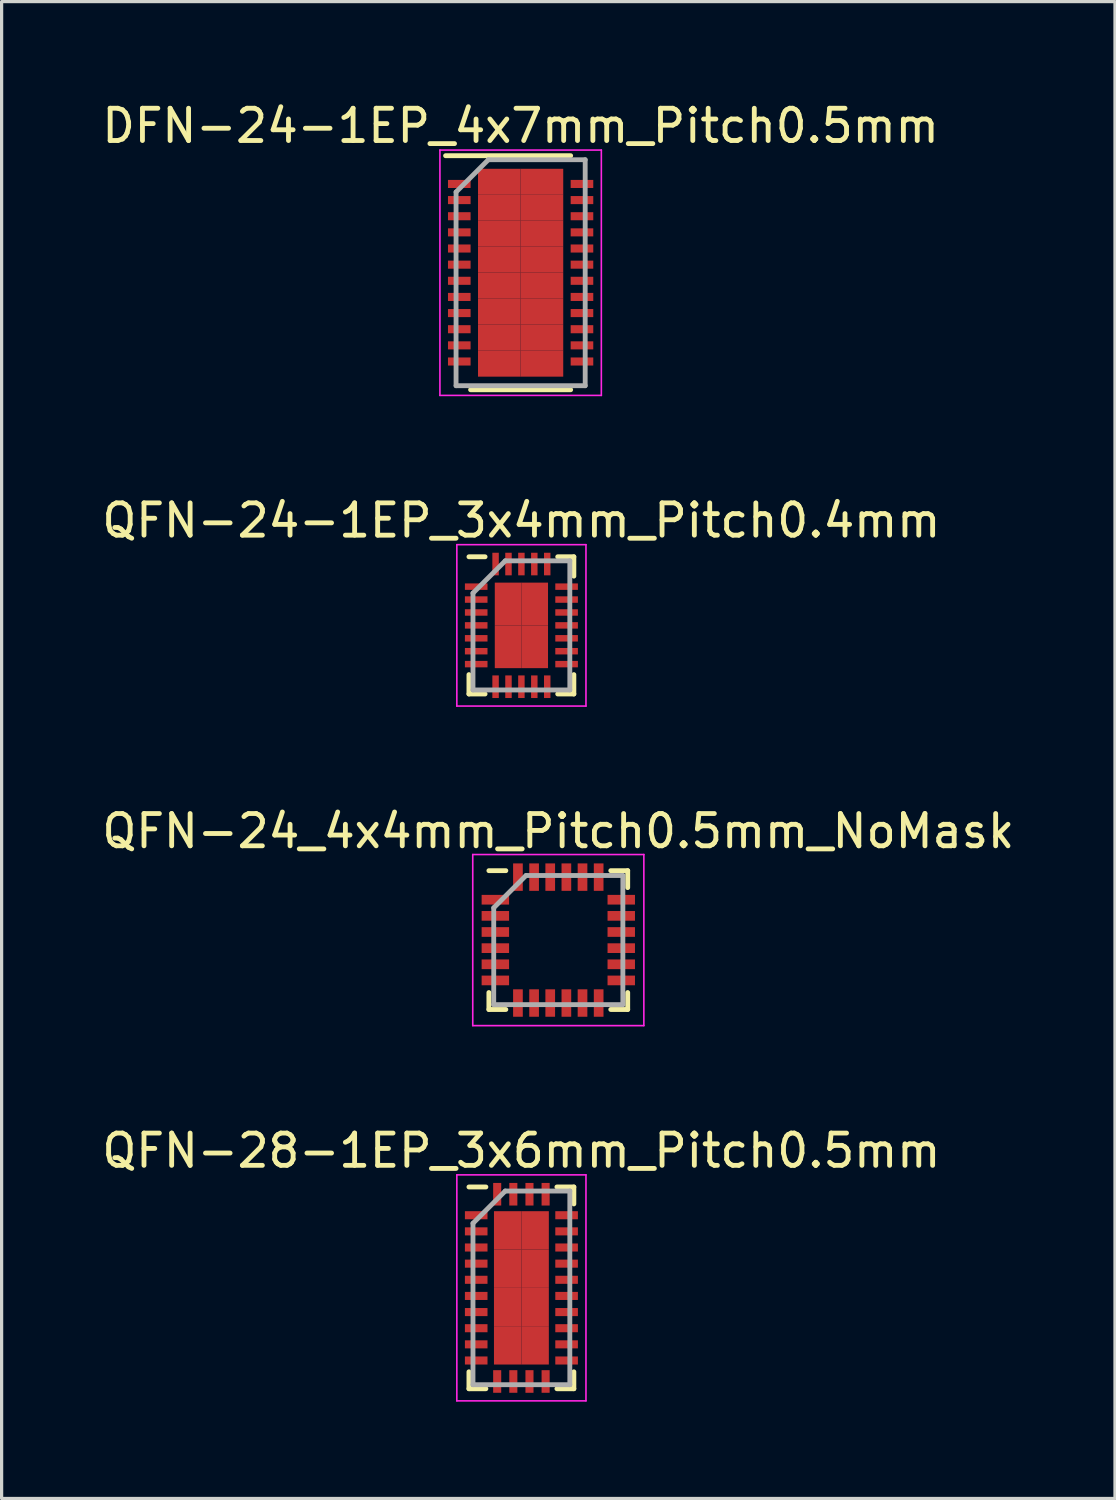
<source format=kicad_pcb>
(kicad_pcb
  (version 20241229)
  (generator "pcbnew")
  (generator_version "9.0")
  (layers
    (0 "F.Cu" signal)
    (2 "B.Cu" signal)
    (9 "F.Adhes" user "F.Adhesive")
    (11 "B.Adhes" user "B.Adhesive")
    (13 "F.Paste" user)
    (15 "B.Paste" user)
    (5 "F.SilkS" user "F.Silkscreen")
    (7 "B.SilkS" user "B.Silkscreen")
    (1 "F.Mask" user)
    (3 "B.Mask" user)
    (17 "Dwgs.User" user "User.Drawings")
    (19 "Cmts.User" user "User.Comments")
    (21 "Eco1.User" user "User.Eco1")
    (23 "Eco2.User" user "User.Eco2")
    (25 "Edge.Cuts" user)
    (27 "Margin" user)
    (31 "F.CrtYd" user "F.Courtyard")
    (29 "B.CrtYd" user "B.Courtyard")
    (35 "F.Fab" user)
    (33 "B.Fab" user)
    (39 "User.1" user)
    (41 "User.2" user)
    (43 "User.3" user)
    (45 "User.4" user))
  (footprint "QFN-24_4x4mm_Pitch0.5mm_NoMask"
    (layer "F.Cu")
    (at 14.244 26.07)
    (property "Reference" "QFN-24_4x4mm_Pitch0.5mm_NoMask" (at 0 -3.375 0) (layer "F.SilkS") (effects (font (size 1 1) (thickness 0.15))))
    (attr smd)
    (fp_line (start -2.15 -2.15) (end -1.625 -2.15) (stroke (width 0.15) (type solid)) (layer "F.SilkS"))
    (fp_line (start -2.15 2.15) (end -2.15 1.625) (stroke (width 0.15) (type solid)) (layer "F.SilkS"))
    (fp_line (start -2.15 2.15) (end -1.625 2.15) (stroke (width 0.15) (type solid)) (layer "F.SilkS"))
    (fp_line (start 2.15 -2.15) (end 1.625 -2.15) (stroke (width 0.15) (type solid)) (layer "F.SilkS"))
    (fp_line (start 2.15 -2.15) (end 2.15 -1.625) (stroke (width 0.15) (type solid)) (layer "F.SilkS"))
    (fp_line (start 2.15 2.15) (end 1.625 2.15) (stroke (width 0.15) (type solid)) (layer "F.SilkS"))
    (fp_line (start 2.15 2.15) (end 2.15 1.625) (stroke (width 0.15) (type solid)) (layer "F.SilkS"))
    (fp_line (start -2.65 -2.65) (end -2.65 2.65) (stroke (width 0.05) (type solid)) (layer "F.CrtYd"))
    (fp_line (start -2.65 -2.65) (end 2.65 -2.65) (stroke (width 0.05) (type solid)) (layer "F.CrtYd"))
    (fp_line (start -2.65 2.65) (end 2.65 2.65) (stroke (width 0.05) (type solid)) (layer "F.CrtYd"))
    (fp_line (start 2.65 -2.65) (end 2.65 2.65) (stroke (width 0.05) (type solid)) (layer "F.CrtYd"))
    (fp_line (start -2 -1) (end -1 -2) (stroke (width 0.15) (type solid)) (layer "F.Fab"))
    (fp_line (start -2 2) (end -2 -1) (stroke (width 0.15) (type solid)) (layer "F.Fab"))
    (fp_line (start -1 -2) (end 2 -2) (stroke (width 0.15) (type solid)) (layer "F.Fab"))
    (fp_line (start 2 -2) (end 2 2) (stroke (width 0.15) (type solid)) (layer "F.Fab"))
    (fp_line (start 2 2) (end -2 2) (stroke (width 0.15) (type solid)) (layer "F.Fab"))
    (pad "" smd rect (at 0 0) (size 2.6 2.6) (layers "F.Mask"))
    (pad "1" smd rect (at -1.95 -1.25) (size 0.85 0.3) (layers "F.Cu" "F.Mask" "F.Paste"))
    (pad "2" smd rect (at -1.95 -0.75) (size 0.85 0.3) (layers "F.Cu" "F.Mask" "F.Paste"))
    (pad "3" smd rect (at -1.95 -0.25) (size 0.85 0.3) (layers "F.Cu" "F.Mask" "F.Paste"))
    (pad "4" smd rect (at -1.95 0.25) (size 0.85 0.3) (layers "F.Cu" "F.Mask" "F.Paste"))
    (pad "5" smd rect (at -1.95 0.75) (size 0.85 0.3) (layers "F.Cu" "F.Mask" "F.Paste"))
    (pad "6" smd rect (at -1.95 1.25) (size 0.85 0.3) (layers "F.Cu" "F.Mask" "F.Paste"))
    (pad "7" smd rect (at -1.25 1.95 90) (size 0.85 0.3) (layers "F.Cu" "F.Mask" "F.Paste"))
    (pad "8" smd rect (at -0.75 1.95 90) (size 0.85 0.3) (layers "F.Cu" "F.Mask" "F.Paste"))
    (pad "9" smd rect (at -0.25 1.95 90) (size 0.85 0.3) (layers "F.Cu" "F.Mask" "F.Paste"))
    (pad "10" smd rect (at 0.25 1.95 90) (size 0.85 0.3) (layers "F.Cu" "F.Mask" "F.Paste"))
    (pad "11" smd rect (at 0.75 1.95 90) (size 0.85 0.3) (layers "F.Cu" "F.Mask" "F.Paste"))
    (pad "12" smd rect (at 1.25 1.95 90) (size 0.85 0.3) (layers "F.Cu" "F.Mask" "F.Paste"))
    (pad "13" smd rect (at 1.95 1.25) (size 0.85 0.3) (layers "F.Cu" "F.Mask" "F.Paste"))
    (pad "14" smd rect (at 1.95 0.75) (size 0.85 0.3) (layers "F.Cu" "F.Mask" "F.Paste"))
    (pad "15" smd rect (at 1.95 0.25) (size 0.85 0.3) (layers "F.Cu" "F.Mask" "F.Paste"))
    (pad "16" smd rect (at 1.95 -0.25) (size 0.85 0.3) (layers "F.Cu" "F.Mask" "F.Paste"))
    (pad "17" smd rect (at 1.95 -0.75) (size 0.85 0.3) (layers "F.Cu" "F.Mask" "F.Paste"))
    (pad "18" smd rect (at 1.95 -1.25) (size 0.85 0.3) (layers "F.Cu" "F.Mask" "F.Paste"))
    (pad "19" smd rect (at 1.25 -1.95 90) (size 0.85 0.3) (layers "F.Cu" "F.Mask" "F.Paste"))
    (pad "20" smd rect (at 0.75 -1.95 90) (size 0.85 0.3) (layers "F.Cu" "F.Mask" "F.Paste"))
    (pad "21" smd rect (at 0.25 -1.95 90) (size 0.85 0.3) (layers "F.Cu" "F.Mask" "F.Paste"))
    (pad "22" smd rect (at -0.25 -1.95 90) (size 0.85 0.3) (layers "F.Cu" "F.Mask" "F.Paste"))
    (pad "23" smd rect (at -0.75 -1.95 90) (size 0.85 0.3) (layers "F.Cu" "F.Mask" "F.Paste"))
    (pad "24" smd rect (at -1.25 -1.95 90) (size 0.85 0.3) (layers "F.Cu" "F.Mask" "F.Paste")))
  (footprint "QFN-24-1EP_3x4mm_Pitch0.4mm"
    (layer "F.Cu")
    (at 13.101 16.322)
    (property "Reference" "QFN-24-1EP_3x4mm_Pitch0.4mm" (at 0 -3.25 0) (layer "F.SilkS") (effects (font (size 1 1) (thickness 0.15))))
    (attr smd)
    (fp_line (start -1.625 -2.125) (end -1.125 -2.125) (stroke (width 0.15) (type solid)) (layer "F.SilkS"))
    (fp_line (start -1.625 2.125) (end -1.625 1.525) (stroke (width 0.15) (type solid)) (layer "F.SilkS"))
    (fp_line (start -1.625 2.125) (end -1.125 2.125) (stroke (width 0.15) (type solid)) (layer "F.SilkS"))
    (fp_line (start 1.625 -2.125) (end 1.125 -2.125) (stroke (width 0.15) (type solid)) (layer "F.SilkS"))
    (fp_line (start 1.625 -2.125) (end 1.625 -1.525) (stroke (width 0.15) (type solid)) (layer "F.SilkS"))
    (fp_line (start 1.625 2.125) (end 1.125 2.125) (stroke (width 0.15) (type solid)) (layer "F.SilkS"))
    (fp_line (start 1.625 2.125) (end 1.625 1.525) (stroke (width 0.15) (type solid)) (layer "F.SilkS"))
    (fp_line (start -2 -2.5) (end -2 2.5) (stroke (width 0.05) (type solid)) (layer "F.CrtYd"))
    (fp_line (start -2 -2.5) (end 2 -2.5) (stroke (width 0.05) (type solid)) (layer "F.CrtYd"))
    (fp_line (start -2 2.5) (end 2 2.5) (stroke (width 0.05) (type solid)) (layer "F.CrtYd"))
    (fp_line (start 2 -2.5) (end 2 2.5) (stroke (width 0.05) (type solid)) (layer "F.CrtYd"))
    (fp_line (start -1.5 -1) (end -0.5 -2) (stroke (width 0.15) (type solid)) (layer "F.Fab"))
    (fp_line (start -1.5 2) (end -1.5 -1) (stroke (width 0.15) (type solid)) (layer "F.Fab"))
    (fp_line (start -0.5 -2) (end 1.5 -2) (stroke (width 0.15) (type solid)) (layer "F.Fab"))
    (fp_line (start 1.5 -2) (end 1.5 2) (stroke (width 0.15) (type solid)) (layer "F.Fab"))
    (fp_line (start 1.5 2) (end -1.5 2) (stroke (width 0.15) (type solid)) (layer "F.Fab"))
    (pad "1" smd rect (at -1.4 -1.2) (size 0.7 0.2) (layers "F.Cu" "F.Mask" "F.Paste"))
    (pad "2" smd rect (at -1.4 -0.8) (size 0.7 0.2) (layers "F.Cu" "F.Mask" "F.Paste"))
    (pad "3" smd rect (at -1.4 -0.4) (size 0.7 0.2) (layers "F.Cu" "F.Mask" "F.Paste"))
    (pad "4" smd rect (at -1.4 0) (size 0.7 0.2) (layers "F.Cu" "F.Mask" "F.Paste"))
    (pad "5" smd rect (at -1.4 0.4) (size 0.7 0.2) (layers "F.Cu" "F.Mask" "F.Paste"))
    (pad "6" smd rect (at -1.4 0.8) (size 0.7 0.2) (layers "F.Cu" "F.Mask" "F.Paste"))
    (pad "7" smd rect (at -1.4 1.2) (size 0.7 0.2) (layers "F.Cu" "F.Mask" "F.Paste"))
    (pad "8" smd rect (at -0.8 1.9 90) (size 0.7 0.2) (layers "F.Cu" "F.Mask" "F.Paste"))
    (pad "9" smd rect (at -0.4 1.9 90) (size 0.7 0.2) (layers "F.Cu" "F.Mask" "F.Paste"))
    (pad "10" smd rect (at 0 1.9 90) (size 0.7 0.2) (layers "F.Cu" "F.Mask" "F.Paste"))
    (pad "11" smd rect (at 0.4 1.9 90) (size 0.7 0.2) (layers "F.Cu" "F.Mask" "F.Paste"))
    (pad "12" smd rect (at 0.8 1.9 90) (size 0.7 0.2) (layers "F.Cu" "F.Mask" "F.Paste"))
    (pad "13" smd rect (at 1.4 1.2) (size 0.7 0.2) (layers "F.Cu" "F.Mask" "F.Paste"))
    (pad "14" smd rect (at 1.4 0.8) (size 0.7 0.2) (layers "F.Cu" "F.Mask" "F.Paste"))
    (pad "15" smd rect (at 1.4 0.4) (size 0.7 0.2) (layers "F.Cu" "F.Mask" "F.Paste"))
    (pad "16" smd rect (at 1.4 0) (size 0.7 0.2) (layers "F.Cu" "F.Mask" "F.Paste"))
    (pad "17" smd rect (at 1.4 -0.4) (size 0.7 0.2) (layers "F.Cu" "F.Mask" "F.Paste"))
    (pad "18" smd rect (at 1.4 -0.8) (size 0.7 0.2) (layers "F.Cu" "F.Mask" "F.Paste"))
    (pad "19" smd rect (at 1.4 -1.2) (size 0.7 0.2) (layers "F.Cu" "F.Mask" "F.Paste"))
    (pad "20" smd rect (at 0.8 -1.9 90) (size 0.7 0.2) (layers "F.Cu" "F.Mask" "F.Paste"))
    (pad "21" smd rect (at 0.4 -1.9 90) (size 0.7 0.2) (layers "F.Cu" "F.Mask" "F.Paste"))
    (pad "22" smd rect (at 0 -1.9 90) (size 0.7 0.2) (layers "F.Cu" "F.Mask" "F.Paste"))
    (pad "23" smd rect (at -0.4 -1.9 90) (size 0.7 0.2) (layers "F.Cu" "F.Mask" "F.Paste"))
    (pad "24" smd rect (at -0.8 -1.9 90) (size 0.7 0.2) (layers "F.Cu" "F.Mask" "F.Paste"))
    (pad "25" smd rect (at -0.412 -0.662) (size 0.825 1.325) (layers "F.Cu" "F.Mask" "F.Paste"))
    (pad "25" smd rect (at -0.412 0.662) (size 0.825 1.325) (layers "F.Cu" "F.Mask" "F.Paste"))
    (pad "25" smd rect (at 0.412 -0.662) (size 0.825 1.325) (layers "F.Cu" "F.Mask" "F.Paste"))
    (pad "25" smd rect (at 0.412 0.662) (size 0.825 1.325) (layers "F.Cu" "F.Mask" "F.Paste")))
  (footprint "QFN-28-1EP_3x6mm_Pitch0.5mm"
    (layer "F.Cu")
    (at 13.101 36.843)
    (property "Reference" "QFN-28-1EP_3x6mm_Pitch0.5mm" (at 0 -4.25 0) (layer "F.SilkS") (effects (font (size 1 1) (thickness 0.15))))
    (attr smd)
    (fp_line (start -1.625 -3.125) (end -1.1 -3.125) (stroke (width 0.15) (type solid)) (layer "F.SilkS"))
    (fp_line (start -1.625 3.125) (end -1.625 2.6) (stroke (width 0.15) (type solid)) (layer "F.SilkS"))
    (fp_line (start -1.625 3.125) (end -1.1 3.125) (stroke (width 0.15) (type solid)) (layer "F.SilkS"))
    (fp_line (start 1.625 -3.125) (end 1.1 -3.125) (stroke (width 0.15) (type solid)) (layer "F.SilkS"))
    (fp_line (start 1.625 -3.125) (end 1.625 -2.6) (stroke (width 0.15) (type solid)) (layer "F.SilkS"))
    (fp_line (start 1.625 3.125) (end 1.1 3.125) (stroke (width 0.15) (type solid)) (layer "F.SilkS"))
    (fp_line (start 1.625 3.125) (end 1.625 2.6) (stroke (width 0.15) (type solid)) (layer "F.SilkS"))
    (fp_line (start -2 -3.5) (end -2 3.5) (stroke (width 0.05) (type solid)) (layer "F.CrtYd"))
    (fp_line (start -2 -3.5) (end 2 -3.5) (stroke (width 0.05) (type solid)) (layer "F.CrtYd"))
    (fp_line (start -2 3.5) (end 2 3.5) (stroke (width 0.05) (type solid)) (layer "F.CrtYd"))
    (fp_line (start 2 -3.5) (end 2 3.5) (stroke (width 0.05) (type solid)) (layer "F.CrtYd"))
    (fp_line (start -1.5 -2) (end -0.5 -3) (stroke (width 0.15) (type solid)) (layer "F.Fab"))
    (fp_line (start -1.5 3) (end -1.5 -2) (stroke (width 0.15) (type solid)) (layer "F.Fab"))
    (fp_line (start -0.5 -3) (end 1.5 -3) (stroke (width 0.15) (type solid)) (layer "F.Fab"))
    (fp_line (start 1.5 -3) (end 1.5 3) (stroke (width 0.15) (type solid)) (layer "F.Fab"))
    (fp_line (start 1.5 3) (end -1.5 3) (stroke (width 0.15) (type solid)) (layer "F.Fab"))
    (pad "1" smd rect (at -1.4 -2.25) (size 0.7 0.25) (layers "F.Cu" "F.Mask" "F.Paste"))
    (pad "2" smd rect (at -1.4 -1.75) (size 0.7 0.25) (layers "F.Cu" "F.Mask" "F.Paste"))
    (pad "3" smd rect (at -1.4 -1.25) (size 0.7 0.25) (layers "F.Cu" "F.Mask" "F.Paste"))
    (pad "4" smd rect (at -1.4 -0.75) (size 0.7 0.25) (layers "F.Cu" "F.Mask" "F.Paste"))
    (pad "5" smd rect (at -1.4 -0.25) (size 0.7 0.25) (layers "F.Cu" "F.Mask" "F.Paste"))
    (pad "6" smd rect (at -1.4 0.25) (size 0.7 0.25) (layers "F.Cu" "F.Mask" "F.Paste"))
    (pad "7" smd rect (at -1.4 0.75) (size 0.7 0.25) (layers "F.Cu" "F.Mask" "F.Paste"))
    (pad "8" smd rect (at -1.4 1.25) (size 0.7 0.25) (layers "F.Cu" "F.Mask" "F.Paste"))
    (pad "9" smd rect (at -1.4 1.75) (size 0.7 0.25) (layers "F.Cu" "F.Mask" "F.Paste"))
    (pad "10" smd rect (at -1.4 2.25) (size 0.7 0.25) (layers "F.Cu" "F.Mask" "F.Paste"))
    (pad "11" smd rect (at -0.75 2.9 90) (size 0.7 0.25) (layers "F.Cu" "F.Mask" "F.Paste"))
    (pad "12" smd rect (at -0.25 2.9 90) (size 0.7 0.25) (layers "F.Cu" "F.Mask" "F.Paste"))
    (pad "13" smd rect (at 0.25 2.9 90) (size 0.7 0.25) (layers "F.Cu" "F.Mask" "F.Paste"))
    (pad "14" smd rect (at 0.75 2.9 90) (size 0.7 0.25) (layers "F.Cu" "F.Mask" "F.Paste"))
    (pad "15" smd rect (at 1.4 2.25) (size 0.7 0.25) (layers "F.Cu" "F.Mask" "F.Paste"))
    (pad "16" smd rect (at 1.4 1.75) (size 0.7 0.25) (layers "F.Cu" "F.Mask" "F.Paste"))
    (pad "17" smd rect (at 1.4 1.25) (size 0.7 0.25) (layers "F.Cu" "F.Mask" "F.Paste"))
    (pad "18" smd rect (at 1.4 0.75) (size 0.7 0.25) (layers "F.Cu" "F.Mask" "F.Paste"))
    (pad "19" smd rect (at 1.4 0.25) (size 0.7 0.25) (layers "F.Cu" "F.Mask" "F.Paste"))
    (pad "20" smd rect (at 1.4 -0.25) (size 0.7 0.25) (layers "F.Cu" "F.Mask" "F.Paste"))
    (pad "21" smd rect (at 1.4 -0.75) (size 0.7 0.25) (layers "F.Cu" "F.Mask" "F.Paste"))
    (pad "22" smd rect (at 1.4 -1.25) (size 0.7 0.25) (layers "F.Cu" "F.Mask" "F.Paste"))
    (pad "23" smd rect (at 1.4 -1.75) (size 0.7 0.25) (layers "F.Cu" "F.Mask" "F.Paste"))
    (pad "24" smd rect (at 1.4 -2.25) (size 0.7 0.25) (layers "F.Cu" "F.Mask" "F.Paste"))
    (pad "25" smd rect (at 0.75 -2.9 90) (size 0.7 0.25) (layers "F.Cu" "F.Mask" "F.Paste"))
    (pad "26" smd rect (at 0.25 -2.9 90) (size 0.7 0.25) (layers "F.Cu" "F.Mask" "F.Paste"))
    (pad "27" smd rect (at -0.25 -2.9 90) (size 0.7 0.25) (layers "F.Cu" "F.Mask" "F.Paste"))
    (pad "28" smd rect (at -0.75 -2.9 90) (size 0.7 0.25) (layers "F.Cu" "F.Mask" "F.Paste"))
    (pad "29" smd rect (at -0.425 -1.781) (size 0.85 1.188) (layers "F.Cu" "F.Mask" "F.Paste"))
    (pad "29" smd rect (at -0.425 -0.594) (size 0.85 1.188) (layers "F.Cu" "F.Mask" "F.Paste"))
    (pad "29" smd rect (at -0.425 0.594) (size 0.85 1.188) (layers "F.Cu" "F.Mask" "F.Paste"))
    (pad "29" smd rect (at -0.425 1.781) (size 0.85 1.188) (layers "F.Cu" "F.Mask" "F.Paste"))
    (pad "29" smd rect (at 0.425 -1.781) (size 0.85 1.188) (layers "F.Cu" "F.Mask" "F.Paste"))
    (pad "29" smd rect (at 0.425 -0.594) (size 0.85 1.188) (layers "F.Cu" "F.Mask" "F.Paste"))
    (pad "29" smd rect (at 0.425 0.594) (size 0.85 1.188) (layers "F.Cu" "F.Mask" "F.Paste"))
    (pad "29" smd rect (at 0.425 1.781) (size 0.85 1.188) (layers "F.Cu" "F.Mask" "F.Paste")))
  (footprint "DFN-24-1EP_4x7mm_Pitch0.5mm"
    (layer "F.Cu")
    (at 13.077 5.398)
    (property "Reference" "DFN-24-1EP_4x7mm_Pitch0.5mm" (at 0 -4.55 0) (layer "F.SilkS") (effects (font (size 1 1) (thickness 0.15))))
    (attr smd)
    (fp_line (start -2.325 -3.625) (end 1.55 -3.625) (stroke (width 0.15) (type solid)) (layer "F.SilkS"))
    (fp_line (start -1.55 3.625) (end 1.55 3.625) (stroke (width 0.15) (type solid)) (layer "F.SilkS"))
    (fp_line (start -2.5 -3.8) (end -2.5 3.8) (stroke (width 0.05) (type solid)) (layer "F.CrtYd"))
    (fp_line (start -2.5 -3.8) (end 2.5 -3.8) (stroke (width 0.05) (type solid)) (layer "F.CrtYd"))
    (fp_line (start -2.5 3.8) (end 2.5 3.8) (stroke (width 0.05) (type solid)) (layer "F.CrtYd"))
    (fp_line (start 2.5 -3.8) (end 2.5 3.8) (stroke (width 0.05) (type solid)) (layer "F.CrtYd"))
    (fp_line (start -2 -2.5) (end -1 -3.5) (stroke (width 0.15) (type solid)) (layer "F.Fab"))
    (fp_line (start -2 3.5) (end -2 -2.5) (stroke (width 0.15) (type solid)) (layer "F.Fab"))
    (fp_line (start -1 -3.5) (end 2 -3.5) (stroke (width 0.15) (type solid)) (layer "F.Fab"))
    (fp_line (start 2 -3.5) (end 2 3.5) (stroke (width 0.15) (type solid)) (layer "F.Fab"))
    (fp_line (start 2 3.5) (end -2 3.5) (stroke (width 0.15) (type solid)) (layer "F.Fab"))
    (pad "1" smd rect (at -1.9 -2.75) (size 0.7 0.25) (layers "F.Cu" "F.Mask" "F.Paste"))
    (pad "2" smd rect (at -1.9 -2.25) (size 0.7 0.25) (layers "F.Cu" "F.Mask" "F.Paste"))
    (pad "3" smd rect (at -1.9 -1.75) (size 0.7 0.25) (layers "F.Cu" "F.Mask" "F.Paste"))
    (pad "4" smd rect (at -1.9 -1.25) (size 0.7 0.25) (layers "F.Cu" "F.Mask" "F.Paste"))
    (pad "5" smd rect (at -1.9 -0.75) (size 0.7 0.25) (layers "F.Cu" "F.Mask" "F.Paste"))
    (pad "6" smd rect (at -1.9 -0.25) (size 0.7 0.25) (layers "F.Cu" "F.Mask" "F.Paste"))
    (pad "7" smd rect (at -1.9 0.25) (size 0.7 0.25) (layers "F.Cu" "F.Mask" "F.Paste"))
    (pad "8" smd rect (at -1.9 0.75) (size 0.7 0.25) (layers "F.Cu" "F.Mask" "F.Paste"))
    (pad "9" smd rect (at -1.9 1.25) (size 0.7 0.25) (layers "F.Cu" "F.Mask" "F.Paste"))
    (pad "10" smd rect (at -1.9 1.75) (size 0.7 0.25) (layers "F.Cu" "F.Mask" "F.Paste"))
    (pad "11" smd rect (at -1.9 2.25) (size 0.7 0.25) (layers "F.Cu" "F.Mask" "F.Paste"))
    (pad "12" smd rect (at -1.9 2.75) (size 0.7 0.25) (layers "F.Cu" "F.Mask" "F.Paste"))
    (pad "13" smd rect (at 1.9 2.75) (size 0.7 0.25) (layers "F.Cu" "F.Mask" "F.Paste"))
    (pad "14" smd rect (at 1.9 2.25) (size 0.7 0.25) (layers "F.Cu" "F.Mask" "F.Paste"))
    (pad "15" smd rect (at 1.9 1.75) (size 0.7 0.25) (layers "F.Cu" "F.Mask" "F.Paste"))
    (pad "16" smd rect (at 1.9 1.25) (size 0.7 0.25) (layers "F.Cu" "F.Mask" "F.Paste"))
    (pad "17" smd rect (at 1.9 0.75) (size 0.7 0.25) (layers "F.Cu" "F.Mask" "F.Paste"))
    (pad "18" smd rect (at 1.9 0.25) (size 0.7 0.25) (layers "F.Cu" "F.Mask" "F.Paste"))
    (pad "19" smd rect (at 1.9 -0.25) (size 0.7 0.25) (layers "F.Cu" "F.Mask" "F.Paste"))
    (pad "20" smd rect (at 1.9 -0.75) (size 0.7 0.25) (layers "F.Cu" "F.Mask" "F.Paste"))
    (pad "21" smd rect (at 1.9 -1.25) (size 0.7 0.25) (layers "F.Cu" "F.Mask" "F.Paste"))
    (pad "22" smd rect (at 1.9 -1.75) (size 0.7 0.25) (layers "F.Cu" "F.Mask" "F.Paste"))
    (pad "23" smd rect (at 1.9 -2.25) (size 0.7 0.25) (layers "F.Cu" "F.Mask" "F.Paste"))
    (pad "24" smd rect (at 1.9 -2.75) (size 0.7 0.25) (layers "F.Cu" "F.Mask" "F.Paste"))
    (pad "25" smd rect (at -0.66 -2.817) (size 1.32 0.805) (layers "F.Cu" "F.Mask" "F.Paste"))
    (pad "25" smd rect (at -0.66 -2.013) (size 1.32 0.805) (layers "F.Cu" "F.Mask" "F.Paste"))
    (pad "25" smd rect (at -0.66 -1.208) (size 1.32 0.805) (layers "F.Cu" "F.Mask" "F.Paste"))
    (pad "25" smd rect (at -0.66 -0.403) (size 1.32 0.805) (layers "F.Cu" "F.Mask" "F.Paste"))
    (pad "25" smd rect (at -0.66 0.403) (size 1.32 0.805) (layers "F.Cu" "F.Mask" "F.Paste"))
    (pad "25" smd rect (at -0.66 1.208) (size 1.32 0.805) (layers "F.Cu" "F.Mask" "F.Paste"))
    (pad "25" smd rect (at -0.66 2.013) (size 1.32 0.805) (layers "F.Cu" "F.Mask" "F.Paste"))
    (pad "25" smd rect (at -0.66 2.817) (size 1.32 0.805) (layers "F.Cu" "F.Mask" "F.Paste"))
    (pad "25" smd rect (at 0.66 -2.817) (size 1.32 0.805) (layers "F.Cu" "F.Mask" "F.Paste"))
    (pad "25" smd rect (at 0.66 -2.013) (size 1.32 0.805) (layers "F.Cu" "F.Mask" "F.Paste"))
    (pad "25" smd rect (at 0.66 -1.208) (size 1.32 0.805) (layers "F.Cu" "F.Mask" "F.Paste"))
    (pad "25" smd rect (at 0.66 -0.403) (size 1.32 0.805) (layers "F.Cu" "F.Mask" "F.Paste"))
    (pad "25" smd rect (at 0.66 0.403) (size 1.32 0.805) (layers "F.Cu" "F.Mask" "F.Paste"))
    (pad "25" smd rect (at 0.66 1.208) (size 1.32 0.805) (layers "F.Cu" "F.Mask" "F.Paste"))
    (pad "25" smd rect (at 0.66 2.013) (size 1.32 0.805) (layers "F.Cu" "F.Mask" "F.Paste"))
    (pad "25" smd rect (at 0.66 2.817) (size 1.32 0.805) (layers "F.Cu" "F.Mask" "F.Paste")))
  (gr_rect
    (start -3 -3)
    (end 31.488 43.368)
    (stroke (width 0.1) (type default))
    (fill no)
    (layer "Edge.Cuts")))
</source>
